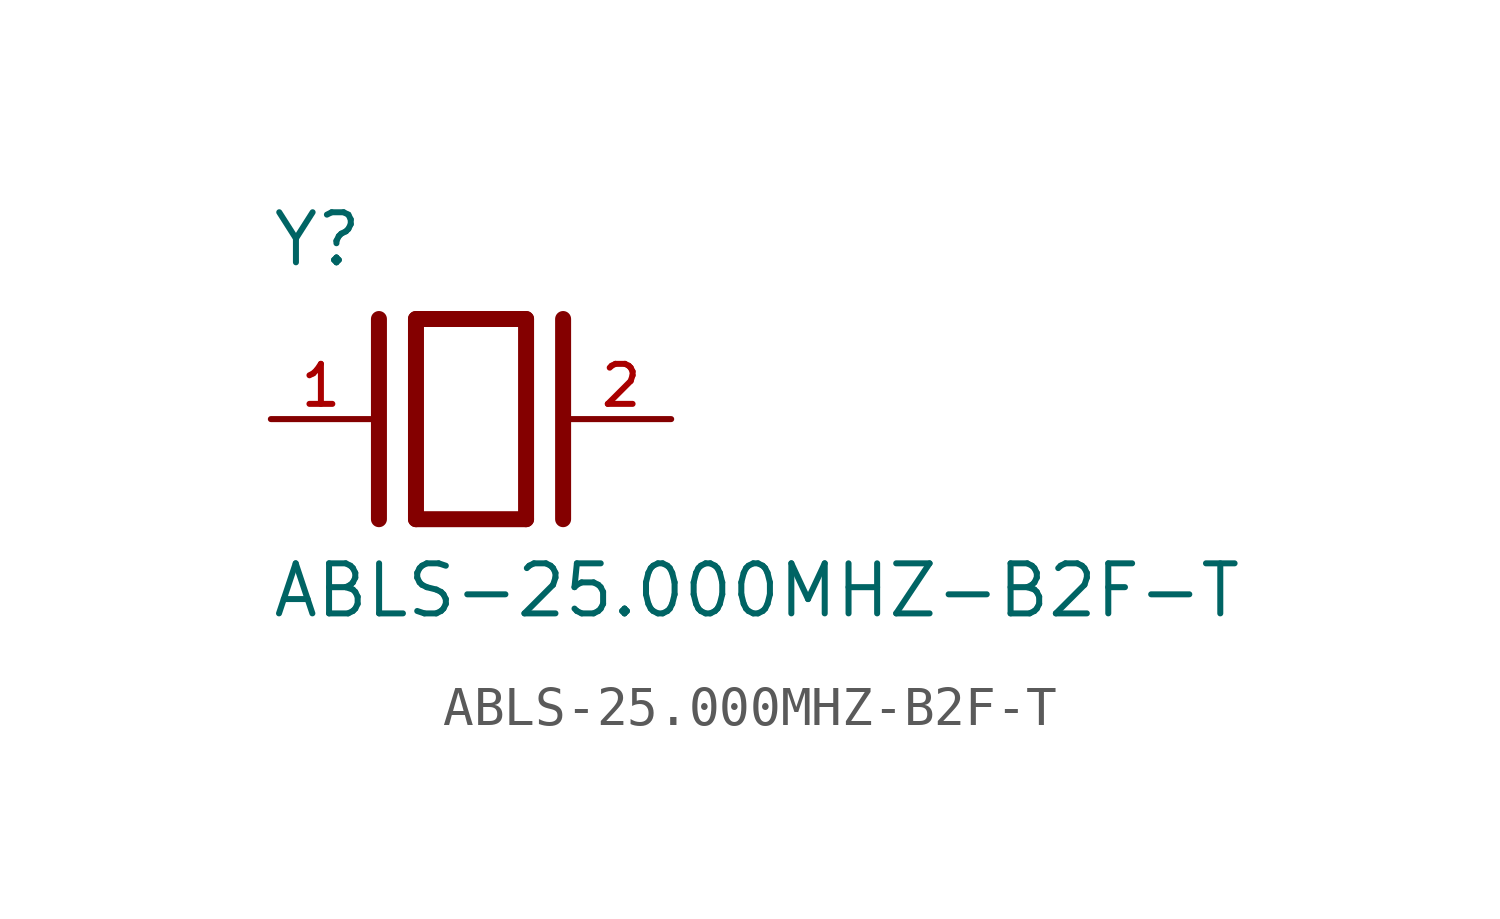
<source format=kicad_sym>
(kicad_symbol_lib
  (version 20211014)
  (generator kicad_symbol_editor)
  (symbol "ABLS-25.000MHZ-B2F-T"
    (pin_names
      (offset 1.016))
    (property "Reference" "Y"
      (at -5.088 3.816 0)
      (effects (font (size 1.27 1.27)) (justify bottom left)))
    (property "Value" "ABLS-25.000MHZ-B2F-T"
      (at -5.094 -5.094 0)
      (effects (font (size 1.27 1.27)) (justify bottom left)))
    (symbol "ABLS-25.000MHZ-B2F-T_0_0"
      (polyline (pts (xy -1.397 2.54) (xy 1.397 2.54)) (stroke (width 0.406)))
      (polyline (pts (xy 1.397 2.54) (xy 1.397 -2.54)) (stroke (width 0.406)))
      (polyline (pts (xy 1.397 -2.54) (xy -1.397 -2.54)) (stroke (width 0.406)))
      (polyline (pts (xy -1.397 2.54) (xy -1.397 -2.54)) (stroke (width 0.406)))
      (polyline (pts (xy 2.337 2.54) (xy 2.337 -2.54)) (stroke (width 0.406)))
      (polyline (pts (xy -2.337 2.54) (xy -2.337 -2.54)) (stroke (width 0.406)))
      (pin passive line (at 5.08 0.0 180.0) (length 2.54) (name "~" (effects (font (size 1.016 1.016)))) (number "2" (effects (font (size 1.016 1.016)))))
      (pin passive line (at -5.08 0.0 0) (length 2.54) (name "~" (effects (font (size 1.016 1.016)))) (number "1" (effects (font (size 1.016 1.016))))))))
</source>
